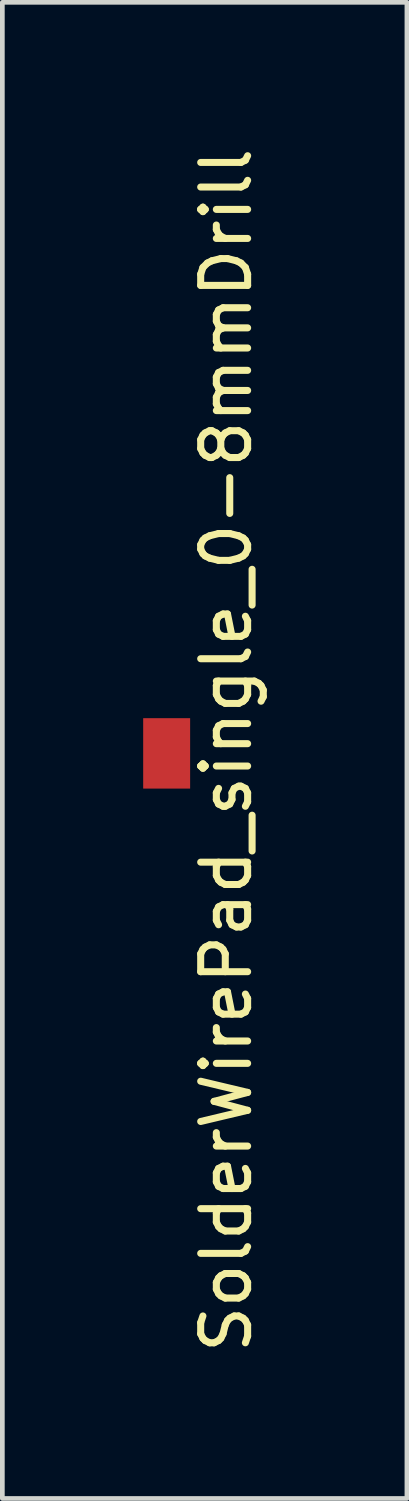
<source format=kicad_pcb>
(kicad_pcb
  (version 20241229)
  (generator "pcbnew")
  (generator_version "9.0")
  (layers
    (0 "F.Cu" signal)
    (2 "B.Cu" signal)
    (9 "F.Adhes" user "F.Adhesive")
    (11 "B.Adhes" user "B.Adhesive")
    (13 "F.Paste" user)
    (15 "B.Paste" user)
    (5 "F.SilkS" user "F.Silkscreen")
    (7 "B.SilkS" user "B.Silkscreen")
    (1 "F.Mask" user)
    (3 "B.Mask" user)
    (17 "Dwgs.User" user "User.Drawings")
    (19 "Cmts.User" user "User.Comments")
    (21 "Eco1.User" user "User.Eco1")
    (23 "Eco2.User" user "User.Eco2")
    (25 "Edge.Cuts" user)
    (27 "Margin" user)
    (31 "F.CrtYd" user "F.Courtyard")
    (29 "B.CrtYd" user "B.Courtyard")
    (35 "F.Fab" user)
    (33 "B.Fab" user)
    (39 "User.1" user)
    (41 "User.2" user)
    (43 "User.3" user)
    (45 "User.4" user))
  (footprint "SolderWirePad_single_0-8mmDrill"
    (layer "F.Cu")
    (at 0.5 12.998)
    (property "Reference" "SolderWirePad_single_0-8mmDrill" (at 1.27 -0.064 270) (layer "F.SilkS") (effects (font (size 1 1) (thickness 0.15))))
    (attr through_hole)
    (pad "1" smd rect (at 0 0) (size 1 1.5) (layers "F.Cu" "F.Mask" "F.Paste")))
  (gr_rect
    (start -3 -3)
    (end 5.618 28.869)
    (stroke (width 0.1) (type default))
    (fill no)
    (layer "Edge.Cuts")))
</source>
